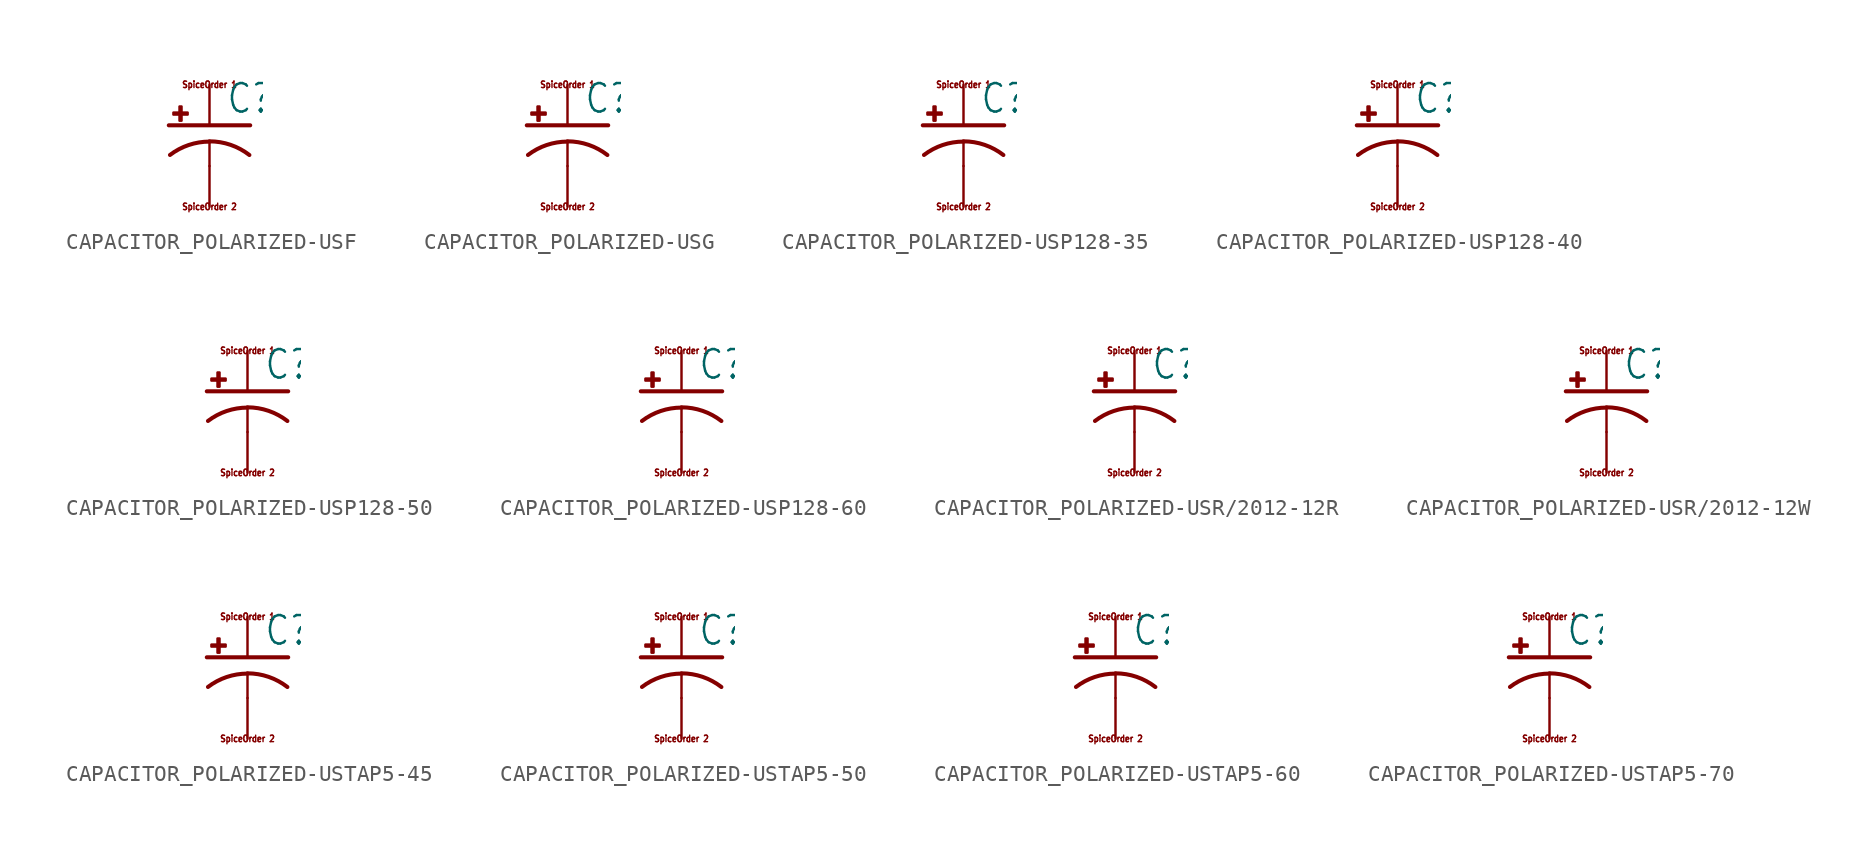
<source format=kicad_sym>
(kicad_symbol_lib
  (version 20231120)
  (generator "kicad_symbol_editor")
  (generator_version "8.0")
  (symbol "CAPACITOR_POLARIZED-USF"
    (property "Reference" "C"
      (at 1.016 0.635 0)
      (effects (font (size 1.778 1.511)) (justify left bottom)))
    (property "Value" ""
      (at 1.016 -4.191 0)
      (effects (font (size 1.778 1.511)) (justify left bottom)))
    (property "ki_locked" ""
      (at 0 0 0)
      (effects (font (size 1.27 1.27))))
    (symbol "CAPACITOR_POLARIZED-USF_1_0"
      (rectangle (start -2.253 0.668) (end -1.364 0.795) (stroke (width 0) (type default)) (fill (type outline)))
      (rectangle (start -1.872 0.287) (end -1.745 1.176) (stroke (width 0) (type default)) (fill (type outline)))
      (arc (start 0 -1.0161) (mid -1.3021 -1.2303) (end -2.4669 -1.8504) (stroke (width 0.254) (type solid)) (fill (type none)))
      (polyline (pts (xy -2.54 0) (xy 2.54 0)) (stroke (width 0.254) (type solid)) (fill (type none)))
      (polyline (pts (xy 0 -1.016) (xy 0 -2.54)) (stroke (width 0.152) (type solid)) (fill (type none)))
      (arc (start 2.4892 -1.8541) (mid 1.3158 -1.2194) (end 0 -1) (stroke (width 0.254) (type solid)) (fill (type none)))
      (text "SpiceOrder 1" (at 0 2.54 0) (effects (font (size 0.406 0.345))))
      (text "SpiceOrder 2" (at 0 -5.08 0) (effects (font (size 0.406 0.345))))
      (pin passive line (at 0 2.54 270) (length 2.54) (name "+" (effects (font (size 0 0)))) (number "+" (effects (font (size 0 0)))))
      (pin passive line (at 0 -5.08 90) (length 2.54) (name "-" (effects (font (size 0 0)))) (number "-" (effects (font (size 0 0)))))))
  (symbol "CAPACITOR_POLARIZED-USG"
    (property "Reference" "C"
      (at 1.016 0.635 0)
      (effects (font (size 1.778 1.511)) (justify left bottom)))
    (property "Value" ""
      (at 1.016 -4.191 0)
      (effects (font (size 1.778 1.511)) (justify left bottom)))
    (property "ki_locked" ""
      (at 0 0 0)
      (effects (font (size 1.27 1.27))))
    (symbol "CAPACITOR_POLARIZED-USG_1_0"
      (rectangle (start -2.253 0.668) (end -1.364 0.795) (stroke (width 0) (type default)) (fill (type outline)))
      (rectangle (start -1.872 0.287) (end -1.745 1.176) (stroke (width 0) (type default)) (fill (type outline)))
      (arc (start 0 -1.0161) (mid -1.3021 -1.2303) (end -2.4669 -1.8504) (stroke (width 0.254) (type solid)) (fill (type none)))
      (polyline (pts (xy -2.54 0) (xy 2.54 0)) (stroke (width 0.254) (type solid)) (fill (type none)))
      (polyline (pts (xy 0 -1.016) (xy 0 -2.54)) (stroke (width 0.152) (type solid)) (fill (type none)))
      (arc (start 2.4892 -1.8541) (mid 1.3158 -1.2194) (end 0 -1) (stroke (width 0.254) (type solid)) (fill (type none)))
      (text "SpiceOrder 1" (at 0 2.54 0) (effects (font (size 0.406 0.345))))
      (text "SpiceOrder 2" (at 0 -5.08 0) (effects (font (size 0.406 0.345))))
      (pin passive line (at 0 2.54 270) (length 2.54) (name "+" (effects (font (size 0 0)))) (number "+" (effects (font (size 0 0)))))
      (pin passive line (at 0 -5.08 90) (length 2.54) (name "-" (effects (font (size 0 0)))) (number "-" (effects (font (size 0 0)))))))
  (symbol "CAPACITOR_POLARIZED-USP128-35"
    (property "Reference" "C"
      (at 1.016 0.635 0)
      (effects (font (size 1.778 1.511)) (justify left bottom)))
    (property "Value" ""
      (at 1.016 -4.191 0)
      (effects (font (size 1.778 1.511)) (justify left bottom)))
    (property "ki_locked" ""
      (at 0 0 0)
      (effects (font (size 1.27 1.27))))
    (symbol "CAPACITOR_POLARIZED-USP128-35_1_0"
      (rectangle (start -2.253 0.668) (end -1.364 0.795) (stroke (width 0) (type default)) (fill (type outline)))
      (rectangle (start -1.872 0.287) (end -1.745 1.176) (stroke (width 0) (type default)) (fill (type outline)))
      (arc (start 0 -1.0161) (mid -1.3021 -1.2303) (end -2.4669 -1.8504) (stroke (width 0.254) (type solid)) (fill (type none)))
      (polyline (pts (xy -2.54 0) (xy 2.54 0)) (stroke (width 0.254) (type solid)) (fill (type none)))
      (polyline (pts (xy 0 -1.016) (xy 0 -2.54)) (stroke (width 0.152) (type solid)) (fill (type none)))
      (arc (start 2.4892 -1.8541) (mid 1.3158 -1.2194) (end 0 -1) (stroke (width 0.254) (type solid)) (fill (type none)))
      (text "SpiceOrder 1" (at 0 2.54 0) (effects (font (size 0.406 0.345))))
      (text "SpiceOrder 2" (at 0 -5.08 0) (effects (font (size 0.406 0.345))))
      (pin passive line (at 0 2.54 270) (length 2.54) (name "+" (effects (font (size 0 0)))) (number "+" (effects (font (size 0 0)))))
      (pin passive line (at 0 -5.08 90) (length 2.54) (name "-" (effects (font (size 0 0)))) (number "-" (effects (font (size 0 0)))))))
  (symbol "CAPACITOR_POLARIZED-USP128-40"
    (property "Reference" "C"
      (at 1.016 0.635 0)
      (effects (font (size 1.778 1.511)) (justify left bottom)))
    (property "Value" ""
      (at 1.016 -4.191 0)
      (effects (font (size 1.778 1.511)) (justify left bottom)))
    (property "ki_locked" ""
      (at 0 0 0)
      (effects (font (size 1.27 1.27))))
    (symbol "CAPACITOR_POLARIZED-USP128-40_1_0"
      (rectangle (start -2.253 0.668) (end -1.364 0.795) (stroke (width 0) (type default)) (fill (type outline)))
      (rectangle (start -1.872 0.287) (end -1.745 1.176) (stroke (width 0) (type default)) (fill (type outline)))
      (arc (start 0 -1.0161) (mid -1.3021 -1.2303) (end -2.4669 -1.8504) (stroke (width 0.254) (type solid)) (fill (type none)))
      (polyline (pts (xy -2.54 0) (xy 2.54 0)) (stroke (width 0.254) (type solid)) (fill (type none)))
      (polyline (pts (xy 0 -1.016) (xy 0 -2.54)) (stroke (width 0.152) (type solid)) (fill (type none)))
      (arc (start 2.4892 -1.8541) (mid 1.3158 -1.2194) (end 0 -1) (stroke (width 0.254) (type solid)) (fill (type none)))
      (text "SpiceOrder 1" (at 0 2.54 0) (effects (font (size 0.406 0.345))))
      (text "SpiceOrder 2" (at 0 -5.08 0) (effects (font (size 0.406 0.345))))
      (pin passive line (at 0 2.54 270) (length 2.54) (name "+" (effects (font (size 0 0)))) (number "+" (effects (font (size 0 0)))))
      (pin passive line (at 0 -5.08 90) (length 2.54) (name "-" (effects (font (size 0 0)))) (number "-" (effects (font (size 0 0)))))))
  (symbol "CAPACITOR_POLARIZED-USP128-50"
    (property "Reference" "C"
      (at 1.016 0.635 0)
      (effects (font (size 1.778 1.511)) (justify left bottom)))
    (property "Value" ""
      (at 1.016 -4.191 0)
      (effects (font (size 1.778 1.511)) (justify left bottom)))
    (property "ki_locked" ""
      (at 0 0 0)
      (effects (font (size 1.27 1.27))))
    (symbol "CAPACITOR_POLARIZED-USP128-50_1_0"
      (rectangle (start -2.253 0.668) (end -1.364 0.795) (stroke (width 0) (type default)) (fill (type outline)))
      (rectangle (start -1.872 0.287) (end -1.745 1.176) (stroke (width 0) (type default)) (fill (type outline)))
      (arc (start 0 -1.0161) (mid -1.3021 -1.2303) (end -2.4669 -1.8504) (stroke (width 0.254) (type solid)) (fill (type none)))
      (polyline (pts (xy -2.54 0) (xy 2.54 0)) (stroke (width 0.254) (type solid)) (fill (type none)))
      (polyline (pts (xy 0 -1.016) (xy 0 -2.54)) (stroke (width 0.152) (type solid)) (fill (type none)))
      (arc (start 2.4892 -1.8541) (mid 1.3158 -1.2194) (end 0 -1) (stroke (width 0.254) (type solid)) (fill (type none)))
      (text "SpiceOrder 1" (at 0 2.54 0) (effects (font (size 0.406 0.345))))
      (text "SpiceOrder 2" (at 0 -5.08 0) (effects (font (size 0.406 0.345))))
      (pin passive line (at 0 2.54 270) (length 2.54) (name "+" (effects (font (size 0 0)))) (number "+" (effects (font (size 0 0)))))
      (pin passive line (at 0 -5.08 90) (length 2.54) (name "-" (effects (font (size 0 0)))) (number "-" (effects (font (size 0 0)))))))
  (symbol "CAPACITOR_POLARIZED-USP128-60"
    (property "Reference" "C"
      (at 1.016 0.635 0)
      (effects (font (size 1.778 1.511)) (justify left bottom)))
    (property "Value" ""
      (at 1.016 -4.191 0)
      (effects (font (size 1.778 1.511)) (justify left bottom)))
    (property "ki_locked" ""
      (at 0 0 0)
      (effects (font (size 1.27 1.27))))
    (symbol "CAPACITOR_POLARIZED-USP128-60_1_0"
      (rectangle (start -2.253 0.668) (end -1.364 0.795) (stroke (width 0) (type default)) (fill (type outline)))
      (rectangle (start -1.872 0.287) (end -1.745 1.176) (stroke (width 0) (type default)) (fill (type outline)))
      (arc (start 0 -1.0161) (mid -1.3021 -1.2303) (end -2.4669 -1.8504) (stroke (width 0.254) (type solid)) (fill (type none)))
      (polyline (pts (xy -2.54 0) (xy 2.54 0)) (stroke (width 0.254) (type solid)) (fill (type none)))
      (polyline (pts (xy 0 -1.016) (xy 0 -2.54)) (stroke (width 0.152) (type solid)) (fill (type none)))
      (arc (start 2.4892 -1.8541) (mid 1.3158 -1.2194) (end 0 -1) (stroke (width 0.254) (type solid)) (fill (type none)))
      (text "SpiceOrder 1" (at 0 2.54 0) (effects (font (size 0.406 0.345))))
      (text "SpiceOrder 2" (at 0 -5.08 0) (effects (font (size 0.406 0.345))))
      (pin passive line (at 0 2.54 270) (length 2.54) (name "+" (effects (font (size 0 0)))) (number "+" (effects (font (size 0 0)))))
      (pin passive line (at 0 -5.08 90) (length 2.54) (name "-" (effects (font (size 0 0)))) (number "-" (effects (font (size 0 0)))))))
  (symbol "CAPACITOR_POLARIZED-USR/2012-12R"
    (property "Reference" "C"
      (at 1.016 0.635 0)
      (effects (font (size 1.778 1.511)) (justify left bottom)))
    (property "Value" ""
      (at 1.016 -4.191 0)
      (effects (font (size 1.778 1.511)) (justify left bottom)))
    (property "ki_locked" ""
      (at 0 0 0)
      (effects (font (size 1.27 1.27))))
    (symbol "CAPACITOR_POLARIZED-USR/2012-12R_1_0"
      (rectangle (start -2.253 0.668) (end -1.364 0.795) (stroke (width 0) (type default)) (fill (type outline)))
      (rectangle (start -1.872 0.287) (end -1.745 1.176) (stroke (width 0) (type default)) (fill (type outline)))
      (arc (start 0 -1.0161) (mid -1.3021 -1.2303) (end -2.4669 -1.8504) (stroke (width 0.254) (type solid)) (fill (type none)))
      (polyline (pts (xy -2.54 0) (xy 2.54 0)) (stroke (width 0.254) (type solid)) (fill (type none)))
      (polyline (pts (xy 0 -1.016) (xy 0 -2.54)) (stroke (width 0.152) (type solid)) (fill (type none)))
      (arc (start 2.4892 -1.8541) (mid 1.3158 -1.2194) (end 0 -1) (stroke (width 0.254) (type solid)) (fill (type none)))
      (text "SpiceOrder 1" (at 0 2.54 0) (effects (font (size 0.406 0.345))))
      (text "SpiceOrder 2" (at 0 -5.08 0) (effects (font (size 0.406 0.345))))
      (pin passive line (at 0 2.54 270) (length 2.54) (name "+" (effects (font (size 0 0)))) (number "+" (effects (font (size 0 0)))))
      (pin passive line (at 0 -5.08 90) (length 2.54) (name "-" (effects (font (size 0 0)))) (number "-" (effects (font (size 0 0)))))))
  (symbol "CAPACITOR_POLARIZED-USR/2012-12W"
    (property "Reference" "C"
      (at 1.016 0.635 0)
      (effects (font (size 1.778 1.511)) (justify left bottom)))
    (property "Value" ""
      (at 1.016 -4.191 0)
      (effects (font (size 1.778 1.511)) (justify left bottom)))
    (property "ki_locked" ""
      (at 0 0 0)
      (effects (font (size 1.27 1.27))))
    (symbol "CAPACITOR_POLARIZED-USR/2012-12W_1_0"
      (rectangle (start -2.253 0.668) (end -1.364 0.795) (stroke (width 0) (type default)) (fill (type outline)))
      (rectangle (start -1.872 0.287) (end -1.745 1.176) (stroke (width 0) (type default)) (fill (type outline)))
      (arc (start 0 -1.0161) (mid -1.3021 -1.2303) (end -2.4669 -1.8504) (stroke (width 0.254) (type solid)) (fill (type none)))
      (polyline (pts (xy -2.54 0) (xy 2.54 0)) (stroke (width 0.254) (type solid)) (fill (type none)))
      (polyline (pts (xy 0 -1.016) (xy 0 -2.54)) (stroke (width 0.152) (type solid)) (fill (type none)))
      (arc (start 2.4892 -1.8541) (mid 1.3158 -1.2194) (end 0 -1) (stroke (width 0.254) (type solid)) (fill (type none)))
      (text "SpiceOrder 1" (at 0 2.54 0) (effects (font (size 0.406 0.345))))
      (text "SpiceOrder 2" (at 0 -5.08 0) (effects (font (size 0.406 0.345))))
      (pin passive line (at 0 2.54 270) (length 2.54) (name "+" (effects (font (size 0 0)))) (number "+" (effects (font (size 0 0)))))
      (pin passive line (at 0 -5.08 90) (length 2.54) (name "-" (effects (font (size 0 0)))) (number "-" (effects (font (size 0 0)))))))
  (symbol "CAPACITOR_POLARIZED-USTAP5-45"
    (property "Reference" "C"
      (at 1.016 0.635 0)
      (effects (font (size 1.778 1.511)) (justify left bottom)))
    (property "Value" ""
      (at 1.016 -4.191 0)
      (effects (font (size 1.778 1.511)) (justify left bottom)))
    (property "ki_locked" ""
      (at 0 0 0)
      (effects (font (size 1.27 1.27))))
    (symbol "CAPACITOR_POLARIZED-USTAP5-45_1_0"
      (rectangle (start -2.253 0.668) (end -1.364 0.795) (stroke (width 0) (type default)) (fill (type outline)))
      (rectangle (start -1.872 0.287) (end -1.745 1.176) (stroke (width 0) (type default)) (fill (type outline)))
      (arc (start 0 -1.0161) (mid -1.3021 -1.2303) (end -2.4669 -1.8504) (stroke (width 0.254) (type solid)) (fill (type none)))
      (polyline (pts (xy -2.54 0) (xy 2.54 0)) (stroke (width 0.254) (type solid)) (fill (type none)))
      (polyline (pts (xy 0 -1.016) (xy 0 -2.54)) (stroke (width 0.152) (type solid)) (fill (type none)))
      (arc (start 2.4892 -1.8541) (mid 1.3158 -1.2194) (end 0 -1) (stroke (width 0.254) (type solid)) (fill (type none)))
      (text "SpiceOrder 1" (at 0 2.54 0) (effects (font (size 0.406 0.345))))
      (text "SpiceOrder 2" (at 0 -5.08 0) (effects (font (size 0.406 0.345))))
      (pin passive line (at 0 2.54 270) (length 2.54) (name "+" (effects (font (size 0 0)))) (number "+" (effects (font (size 0 0)))))
      (pin passive line (at 0 -5.08 90) (length 2.54) (name "-" (effects (font (size 0 0)))) (number "-" (effects (font (size 0 0)))))))
  (symbol "CAPACITOR_POLARIZED-USTAP5-50"
    (property "Reference" "C"
      (at 1.016 0.635 0)
      (effects (font (size 1.778 1.511)) (justify left bottom)))
    (property "Value" ""
      (at 1.016 -4.191 0)
      (effects (font (size 1.778 1.511)) (justify left bottom)))
    (property "ki_locked" ""
      (at 0 0 0)
      (effects (font (size 1.27 1.27))))
    (symbol "CAPACITOR_POLARIZED-USTAP5-50_1_0"
      (rectangle (start -2.253 0.668) (end -1.364 0.795) (stroke (width 0) (type default)) (fill (type outline)))
      (rectangle (start -1.872 0.287) (end -1.745 1.176) (stroke (width 0) (type default)) (fill (type outline)))
      (arc (start 0 -1.0161) (mid -1.3021 -1.2303) (end -2.4669 -1.8504) (stroke (width 0.254) (type solid)) (fill (type none)))
      (polyline (pts (xy -2.54 0) (xy 2.54 0)) (stroke (width 0.254) (type solid)) (fill (type none)))
      (polyline (pts (xy 0 -1.016) (xy 0 -2.54)) (stroke (width 0.152) (type solid)) (fill (type none)))
      (arc (start 2.4892 -1.8541) (mid 1.3158 -1.2194) (end 0 -1) (stroke (width 0.254) (type solid)) (fill (type none)))
      (text "SpiceOrder 1" (at 0 2.54 0) (effects (font (size 0.406 0.345))))
      (text "SpiceOrder 2" (at 0 -5.08 0) (effects (font (size 0.406 0.345))))
      (pin passive line (at 0 2.54 270) (length 2.54) (name "+" (effects (font (size 0 0)))) (number "+" (effects (font (size 0 0)))))
      (pin passive line (at 0 -5.08 90) (length 2.54) (name "-" (effects (font (size 0 0)))) (number "-" (effects (font (size 0 0)))))))
  (symbol "CAPACITOR_POLARIZED-USTAP5-60"
    (property "Reference" "C"
      (at 1.016 0.635 0)
      (effects (font (size 1.778 1.511)) (justify left bottom)))
    (property "Value" ""
      (at 1.016 -4.191 0)
      (effects (font (size 1.778 1.511)) (justify left bottom)))
    (property "ki_locked" ""
      (at 0 0 0)
      (effects (font (size 1.27 1.27))))
    (symbol "CAPACITOR_POLARIZED-USTAP5-60_1_0"
      (rectangle (start -2.253 0.668) (end -1.364 0.795) (stroke (width 0) (type default)) (fill (type outline)))
      (rectangle (start -1.872 0.287) (end -1.745 1.176) (stroke (width 0) (type default)) (fill (type outline)))
      (arc (start 0 -1.0161) (mid -1.3021 -1.2303) (end -2.4669 -1.8504) (stroke (width 0.254) (type solid)) (fill (type none)))
      (polyline (pts (xy -2.54 0) (xy 2.54 0)) (stroke (width 0.254) (type solid)) (fill (type none)))
      (polyline (pts (xy 0 -1.016) (xy 0 -2.54)) (stroke (width 0.152) (type solid)) (fill (type none)))
      (arc (start 2.4892 -1.8541) (mid 1.3158 -1.2194) (end 0 -1) (stroke (width 0.254) (type solid)) (fill (type none)))
      (text "SpiceOrder 1" (at 0 2.54 0) (effects (font (size 0.406 0.345))))
      (text "SpiceOrder 2" (at 0 -5.08 0) (effects (font (size 0.406 0.345))))
      (pin passive line (at 0 2.54 270) (length 2.54) (name "+" (effects (font (size 0 0)))) (number "+" (effects (font (size 0 0)))))
      (pin passive line (at 0 -5.08 90) (length 2.54) (name "-" (effects (font (size 0 0)))) (number "-" (effects (font (size 0 0)))))))
  (symbol "CAPACITOR_POLARIZED-USTAP5-70"
    (property "Reference" "C"
      (at 1.016 0.635 0)
      (effects (font (size 1.778 1.511)) (justify left bottom)))
    (property "Value" ""
      (at 1.016 -4.191 0)
      (effects (font (size 1.778 1.511)) (justify left bottom)))
    (property "ki_locked" ""
      (at 0 0 0)
      (effects (font (size 1.27 1.27))))
    (symbol "CAPACITOR_POLARIZED-USTAP5-70_1_0"
      (rectangle (start -2.253 0.668) (end -1.364 0.795) (stroke (width 0) (type default)) (fill (type outline)))
      (rectangle (start -1.872 0.287) (end -1.745 1.176) (stroke (width 0) (type default)) (fill (type outline)))
      (arc (start 0 -1.0161) (mid -1.3021 -1.2303) (end -2.4669 -1.8504) (stroke (width 0.254) (type solid)) (fill (type none)))
      (polyline (pts (xy -2.54 0) (xy 2.54 0)) (stroke (width 0.254) (type solid)) (fill (type none)))
      (polyline (pts (xy 0 -1.016) (xy 0 -2.54)) (stroke (width 0.152) (type solid)) (fill (type none)))
      (arc (start 2.4892 -1.8541) (mid 1.3158 -1.2194) (end 0 -1) (stroke (width 0.254) (type solid)) (fill (type none)))
      (text "SpiceOrder 1" (at 0 2.54 0) (effects (font (size 0.406 0.345))))
      (text "SpiceOrder 2" (at 0 -5.08 0) (effects (font (size 0.406 0.345))))
      (pin passive line (at 0 2.54 270) (length 2.54) (name "+" (effects (font (size 0 0)))) (number "+" (effects (font (size 0 0)))))
      (pin passive line (at 0 -5.08 90) (length 2.54) (name "-" (effects (font (size 0 0)))) (number "-" (effects (font (size 0 0))))))))
</source>
